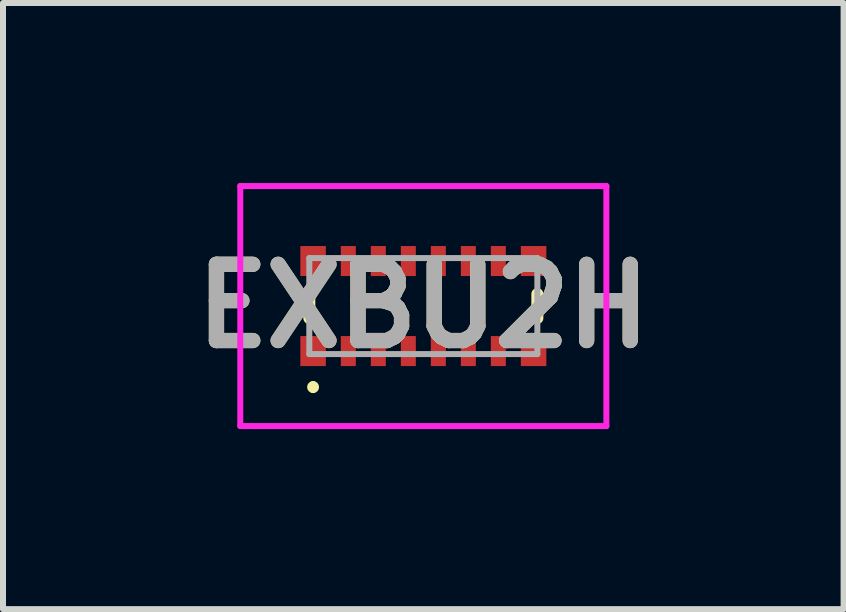
<source format=kicad_pcb>
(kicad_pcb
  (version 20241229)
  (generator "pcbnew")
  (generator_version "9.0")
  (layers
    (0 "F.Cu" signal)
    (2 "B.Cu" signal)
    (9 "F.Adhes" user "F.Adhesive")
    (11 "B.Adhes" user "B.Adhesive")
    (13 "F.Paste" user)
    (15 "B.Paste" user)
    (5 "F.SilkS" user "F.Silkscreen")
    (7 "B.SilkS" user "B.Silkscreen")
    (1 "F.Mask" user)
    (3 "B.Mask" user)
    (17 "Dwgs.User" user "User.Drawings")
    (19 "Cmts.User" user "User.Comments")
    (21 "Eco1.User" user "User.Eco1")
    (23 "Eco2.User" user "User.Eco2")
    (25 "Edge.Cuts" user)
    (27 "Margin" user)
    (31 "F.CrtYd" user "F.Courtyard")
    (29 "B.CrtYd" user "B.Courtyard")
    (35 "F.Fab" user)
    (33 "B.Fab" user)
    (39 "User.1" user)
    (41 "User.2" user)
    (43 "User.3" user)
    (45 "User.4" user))
  (footprint "EXBU2H"
    (layer "F.Cu")
    (at 4.004 2.05)
    (property "Reference" "EXBU2H" (at 0 0 0) (layer "F.SilkS") (effects (font (size 1.27 1.27) (thickness 0.254))))
    (attr smd)
    (fp_line (start -1.9 -0.2) (end -1.9 0.2) (stroke (width 0.2) (type solid)) (layer "F.SilkS"))
    (fp_line (start -1.837 1.3) (end -1.837 1.3) (stroke (width 0.1) (type solid)) (layer "F.SilkS"))
    (fp_line (start -1.837 1.4) (end -1.837 1.4) (stroke (width 0.1) (type solid)) (layer "F.SilkS"))
    (fp_line (start 1.9 -0.2) (end 1.9 0.2) (stroke (width 0.2) (type solid)) (layer "F.SilkS"))
    (fp_arc (start -1.837 1.3) (mid -1.787 1.35) (end -1.837 1.4) (stroke (width 0.1) (type solid)) (layer "F.SilkS"))
    (fp_arc (start -1.837 1.4) (mid -1.887 1.35) (end -1.837 1.3) (stroke (width 0.1) (type solid)) (layer "F.SilkS"))
    (fp_line (start -3.05 -2) (end 3.05 -2) (stroke (width 0.1) (type solid)) (layer "F.CrtYd"))
    (fp_line (start -3.05 2) (end -3.05 -2) (stroke (width 0.1) (type solid)) (layer "F.CrtYd"))
    (fp_line (start 3.05 -2) (end 3.05 2) (stroke (width 0.1) (type solid)) (layer "F.CrtYd"))
    (fp_line (start 3.05 2) (end -3.05 2) (stroke (width 0.1) (type solid)) (layer "F.CrtYd"))
    (fp_line (start -1.9 -0.8) (end 1.9 -0.8) (stroke (width 0.1) (type solid)) (layer "F.Fab"))
    (fp_line (start -1.9 0.8) (end -1.9 -0.8) (stroke (width 0.1) (type solid)) (layer "F.Fab"))
    (fp_line (start 1.9 -0.8) (end 1.9 0.8) (stroke (width 0.1) (type solid)) (layer "F.Fab"))
    (fp_line (start 1.9 0.8) (end -1.9 0.8) (stroke (width 0.1) (type solid)) (layer "F.Fab"))
    (fp_text user "${REFERENCE}" (at 0 0 0) (layer "F.Fab") (effects (font (size 1.27 1.27) (thickness 0.254))))
    (pad "1" smd rect (at -1.837 0.75) (size 0.425 0.5) (layers "F.Cu" "F.Mask" "F.Paste"))
    (pad "2" smd rect (at -1.25 0.75) (size 0.25 0.5) (layers "F.Cu" "F.Mask" "F.Paste"))
    (pad "3" smd rect (at -0.75 0.75) (size 0.25 0.5) (layers "F.Cu" "F.Mask" "F.Paste"))
    (pad "4" smd rect (at -0.25 0.75) (size 0.25 0.5) (layers "F.Cu" "F.Mask" "F.Paste"))
    (pad "5" smd rect (at 0.25 0.75) (size 0.25 0.5) (layers "F.Cu" "F.Mask" "F.Paste"))
    (pad "6" smd rect (at 0.75 0.75) (size 0.25 0.5) (layers "F.Cu" "F.Mask" "F.Paste"))
    (pad "7" smd rect (at 1.25 0.75) (size 0.25 0.5) (layers "F.Cu" "F.Mask" "F.Paste"))
    (pad "8" smd rect (at 1.837 0.75) (size 0.425 0.5) (layers "F.Cu" "F.Mask" "F.Paste"))
    (pad "9" smd rect (at 1.837 -0.75) (size 0.425 0.5) (layers "F.Cu" "F.Mask" "F.Paste"))
    (pad "10" smd rect (at 1.25 -0.75) (size 0.25 0.5) (layers "F.Cu" "F.Mask" "F.Paste"))
    (pad "11" smd rect (at 0.75 -0.75) (size 0.25 0.5) (layers "F.Cu" "F.Mask" "F.Paste"))
    (pad "12" smd rect (at 0.25 -0.75) (size 0.25 0.5) (layers "F.Cu" "F.Mask" "F.Paste"))
    (pad "13" smd rect (at -0.25 -0.75) (size 0.25 0.5) (layers "F.Cu" "F.Mask" "F.Paste"))
    (pad "14" smd rect (at -0.75 -0.75) (size 0.25 0.5) (layers "F.Cu" "F.Mask" "F.Paste"))
    (pad "15" smd rect (at -1.25 -0.75) (size 0.25 0.5) (layers "F.Cu" "F.Mask" "F.Paste"))
    (pad "16" smd rect (at -1.837 -0.75) (size 0.425 0.5) (layers "F.Cu" "F.Mask" "F.Paste")))
  (gr_rect
    (start -3 -3)
    (end 11.007 7.1)
    (stroke (width 0.1) (type default))
    (fill no)
    (layer "Edge.Cuts")))
</source>
